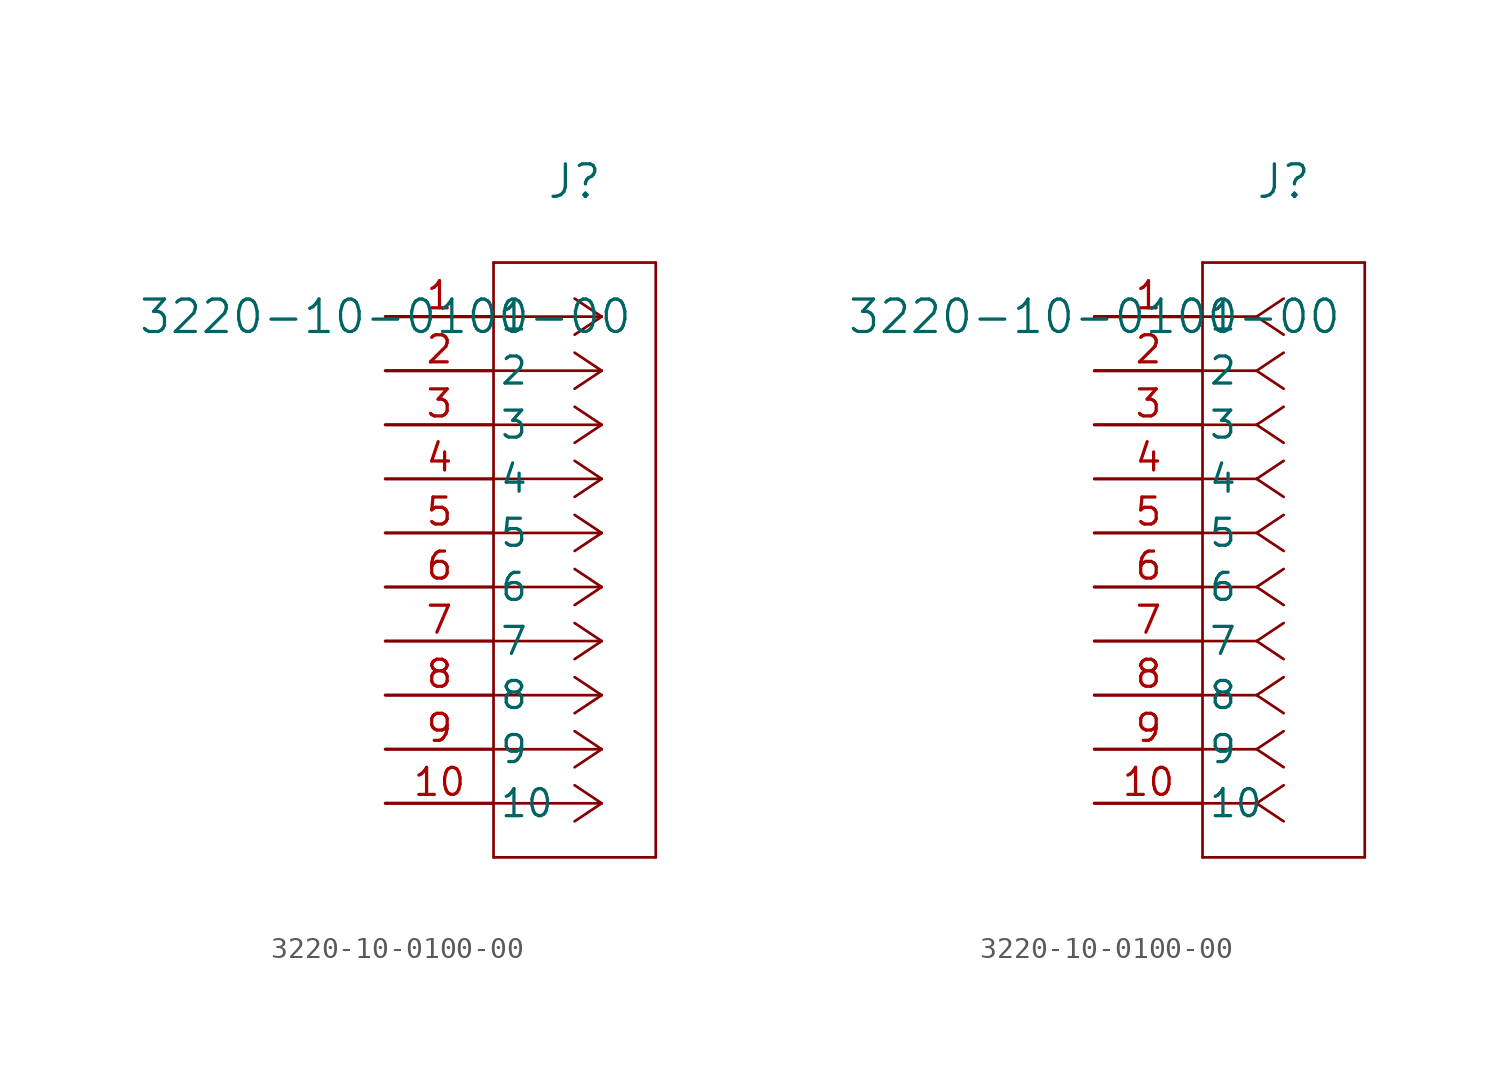
<source format=kicad_sym>
(kicad_symbol_lib
  (version 20231120)
  (generator "kicad_symbol_editor")
  (generator_version "8.0")
  (symbol "3220-10-0100-00"
    (pin_names
      (offset 0.254))
    (property "Reference" "J"
      (at 8.89 6.35 0)
      (effects (font (size 1.524 1.524))))
    (property "Value" "3220-10-0100-00"
      (at 0 0 0)
      (effects (font (size 1.524 1.524))))
    (property "ki_locked" ""
      (at 0 0 0)
      (effects (font (size 1.27 1.27))))
    (symbol "3220-10-0100-00_1_1"
      (polyline (pts (xy 5.08 -25.4) (xy 12.7 -25.4)) (stroke (width 0.127) (type default)) (fill (type none)))
      (polyline (pts (xy 5.08 2.54) (xy 5.08 -25.4)) (stroke (width 0.127) (type default)) (fill (type none)))
      (polyline (pts (xy 10.16 -22.86) (xy 5.08 -22.86)) (stroke (width 0.127) (type default)) (fill (type none)))
      (polyline (pts (xy 10.16 -22.86) (xy 8.89 -23.707)) (stroke (width 0.127) (type default)) (fill (type none)))
      (polyline (pts (xy 10.16 -22.86) (xy 8.89 -22.013)) (stroke (width 0.127) (type default)) (fill (type none)))
      (polyline (pts (xy 10.16 -20.32) (xy 5.08 -20.32)) (stroke (width 0.127) (type default)) (fill (type none)))
      (polyline (pts (xy 10.16 -20.32) (xy 8.89 -21.167)) (stroke (width 0.127) (type default)) (fill (type none)))
      (polyline (pts (xy 10.16 -20.32) (xy 8.89 -19.473)) (stroke (width 0.127) (type default)) (fill (type none)))
      (polyline (pts (xy 10.16 -17.78) (xy 5.08 -17.78)) (stroke (width 0.127) (type default)) (fill (type none)))
      (polyline (pts (xy 10.16 -17.78) (xy 8.89 -18.627)) (stroke (width 0.127) (type default)) (fill (type none)))
      (polyline (pts (xy 10.16 -17.78) (xy 8.89 -16.933)) (stroke (width 0.127) (type default)) (fill (type none)))
      (polyline (pts (xy 10.16 -15.24) (xy 5.08 -15.24)) (stroke (width 0.127) (type default)) (fill (type none)))
      (polyline (pts (xy 10.16 -15.24) (xy 8.89 -16.087)) (stroke (width 0.127) (type default)) (fill (type none)))
      (polyline (pts (xy 10.16 -15.24) (xy 8.89 -14.393)) (stroke (width 0.127) (type default)) (fill (type none)))
      (polyline (pts (xy 10.16 -12.7) (xy 5.08 -12.7)) (stroke (width 0.127) (type default)) (fill (type none)))
      (polyline (pts (xy 10.16 -12.7) (xy 8.89 -13.547)) (stroke (width 0.127) (type default)) (fill (type none)))
      (polyline (pts (xy 10.16 -12.7) (xy 8.89 -11.853)) (stroke (width 0.127) (type default)) (fill (type none)))
      (polyline (pts (xy 10.16 -10.16) (xy 5.08 -10.16)) (stroke (width 0.127) (type default)) (fill (type none)))
      (polyline (pts (xy 10.16 -10.16) (xy 8.89 -11.007)) (stroke (width 0.127) (type default)) (fill (type none)))
      (polyline (pts (xy 10.16 -10.16) (xy 8.89 -9.313)) (stroke (width 0.127) (type default)) (fill (type none)))
      (polyline (pts (xy 10.16 -7.62) (xy 5.08 -7.62)) (stroke (width 0.127) (type default)) (fill (type none)))
      (polyline (pts (xy 10.16 -7.62) (xy 8.89 -8.467)) (stroke (width 0.127) (type default)) (fill (type none)))
      (polyline (pts (xy 10.16 -7.62) (xy 8.89 -6.773)) (stroke (width 0.127) (type default)) (fill (type none)))
      (polyline (pts (xy 10.16 -5.08) (xy 5.08 -5.08)) (stroke (width 0.127) (type default)) (fill (type none)))
      (polyline (pts (xy 10.16 -5.08) (xy 8.89 -5.927)) (stroke (width 0.127) (type default)) (fill (type none)))
      (polyline (pts (xy 10.16 -5.08) (xy 8.89 -4.233)) (stroke (width 0.127) (type default)) (fill (type none)))
      (polyline (pts (xy 10.16 -2.54) (xy 5.08 -2.54)) (stroke (width 0.127) (type default)) (fill (type none)))
      (polyline (pts (xy 10.16 -2.54) (xy 8.89 -3.387)) (stroke (width 0.127) (type default)) (fill (type none)))
      (polyline (pts (xy 10.16 -2.54) (xy 8.89 -1.693)) (stroke (width 0.127) (type default)) (fill (type none)))
      (polyline (pts (xy 10.16 0) (xy 5.08 0)) (stroke (width 0.127) (type default)) (fill (type none)))
      (polyline (pts (xy 10.16 0) (xy 8.89 -0.847)) (stroke (width 0.127) (type default)) (fill (type none)))
      (polyline (pts (xy 10.16 0) (xy 8.89 0.847)) (stroke (width 0.127) (type default)) (fill (type none)))
      (polyline (pts (xy 12.7 -25.4) (xy 12.7 2.54)) (stroke (width 0.127) (type default)) (fill (type none)))
      (polyline (pts (xy 12.7 2.54) (xy 5.08 2.54)) (stroke (width 0.127) (type default)) (fill (type none)))
      (pin passive line (at 0 0 0) (length 5.08) (name "1" (effects (font (size 1.27 1.27)))) (number "1" (effects (font (size 1.27 1.27)))))
      (pin passive line (at 0 -22.86 0) (length 5.08) (name "10" (effects (font (size 1.27 1.27)))) (number "10" (effects (font (size 1.27 1.27)))))
      (pin passive line (at 0 -2.54 0) (length 5.08) (name "2" (effects (font (size 1.27 1.27)))) (number "2" (effects (font (size 1.27 1.27)))))
      (pin passive line (at 0 -5.08 0) (length 5.08) (name "3" (effects (font (size 1.27 1.27)))) (number "3" (effects (font (size 1.27 1.27)))))
      (pin passive line (at 0 -7.62 0) (length 5.08) (name "4" (effects (font (size 1.27 1.27)))) (number "4" (effects (font (size 1.27 1.27)))))
      (pin passive line (at 0 -10.16 0) (length 5.08) (name "5" (effects (font (size 1.27 1.27)))) (number "5" (effects (font (size 1.27 1.27)))))
      (pin passive line (at 0 -12.7 0) (length 5.08) (name "6" (effects (font (size 1.27 1.27)))) (number "6" (effects (font (size 1.27 1.27)))))
      (pin passive line (at 0 -15.24 0) (length 5.08) (name "7" (effects (font (size 1.27 1.27)))) (number "7" (effects (font (size 1.27 1.27)))))
      (pin passive line (at 0 -17.78 0) (length 5.08) (name "8" (effects (font (size 1.27 1.27)))) (number "8" (effects (font (size 1.27 1.27)))))
      (pin passive line (at 0 -20.32 0) (length 5.08) (name "9" (effects (font (size 1.27 1.27)))) (number "9" (effects (font (size 1.27 1.27))))))
    (symbol "3220-10-0100-00_1_2"
      (polyline (pts (xy 5.08 -25.4) (xy 12.7 -25.4)) (stroke (width 0.127) (type default)) (fill (type none)))
      (polyline (pts (xy 5.08 2.54) (xy 5.08 -25.4)) (stroke (width 0.127) (type default)) (fill (type none)))
      (polyline (pts (xy 7.62 -22.86) (xy 5.08 -22.86)) (stroke (width 0.127) (type default)) (fill (type none)))
      (polyline (pts (xy 7.62 -22.86) (xy 8.89 -23.707)) (stroke (width 0.127) (type default)) (fill (type none)))
      (polyline (pts (xy 7.62 -22.86) (xy 8.89 -22.013)) (stroke (width 0.127) (type default)) (fill (type none)))
      (polyline (pts (xy 7.62 -20.32) (xy 5.08 -20.32)) (stroke (width 0.127) (type default)) (fill (type none)))
      (polyline (pts (xy 7.62 -20.32) (xy 8.89 -21.167)) (stroke (width 0.127) (type default)) (fill (type none)))
      (polyline (pts (xy 7.62 -20.32) (xy 8.89 -19.473)) (stroke (width 0.127) (type default)) (fill (type none)))
      (polyline (pts (xy 7.62 -17.78) (xy 5.08 -17.78)) (stroke (width 0.127) (type default)) (fill (type none)))
      (polyline (pts (xy 7.62 -17.78) (xy 8.89 -18.627)) (stroke (width 0.127) (type default)) (fill (type none)))
      (polyline (pts (xy 7.62 -17.78) (xy 8.89 -16.933)) (stroke (width 0.127) (type default)) (fill (type none)))
      (polyline (pts (xy 7.62 -15.24) (xy 5.08 -15.24)) (stroke (width 0.127) (type default)) (fill (type none)))
      (polyline (pts (xy 7.62 -15.24) (xy 8.89 -16.087)) (stroke (width 0.127) (type default)) (fill (type none)))
      (polyline (pts (xy 7.62 -15.24) (xy 8.89 -14.393)) (stroke (width 0.127) (type default)) (fill (type none)))
      (polyline (pts (xy 7.62 -12.7) (xy 5.08 -12.7)) (stroke (width 0.127) (type default)) (fill (type none)))
      (polyline (pts (xy 7.62 -12.7) (xy 8.89 -13.547)) (stroke (width 0.127) (type default)) (fill (type none)))
      (polyline (pts (xy 7.62 -12.7) (xy 8.89 -11.853)) (stroke (width 0.127) (type default)) (fill (type none)))
      (polyline (pts (xy 7.62 -10.16) (xy 5.08 -10.16)) (stroke (width 0.127) (type default)) (fill (type none)))
      (polyline (pts (xy 7.62 -10.16) (xy 8.89 -11.007)) (stroke (width 0.127) (type default)) (fill (type none)))
      (polyline (pts (xy 7.62 -10.16) (xy 8.89 -9.313)) (stroke (width 0.127) (type default)) (fill (type none)))
      (polyline (pts (xy 7.62 -7.62) (xy 5.08 -7.62)) (stroke (width 0.127) (type default)) (fill (type none)))
      (polyline (pts (xy 7.62 -7.62) (xy 8.89 -8.467)) (stroke (width 0.127) (type default)) (fill (type none)))
      (polyline (pts (xy 7.62 -7.62) (xy 8.89 -6.773)) (stroke (width 0.127) (type default)) (fill (type none)))
      (polyline (pts (xy 7.62 -5.08) (xy 5.08 -5.08)) (stroke (width 0.127) (type default)) (fill (type none)))
      (polyline (pts (xy 7.62 -5.08) (xy 8.89 -5.927)) (stroke (width 0.127) (type default)) (fill (type none)))
      (polyline (pts (xy 7.62 -5.08) (xy 8.89 -4.233)) (stroke (width 0.127) (type default)) (fill (type none)))
      (polyline (pts (xy 7.62 -2.54) (xy 5.08 -2.54)) (stroke (width 0.127) (type default)) (fill (type none)))
      (polyline (pts (xy 7.62 -2.54) (xy 8.89 -3.387)) (stroke (width 0.127) (type default)) (fill (type none)))
      (polyline (pts (xy 7.62 -2.54) (xy 8.89 -1.693)) (stroke (width 0.127) (type default)) (fill (type none)))
      (polyline (pts (xy 7.62 0) (xy 5.08 0)) (stroke (width 0.127) (type default)) (fill (type none)))
      (polyline (pts (xy 7.62 0) (xy 8.89 -0.847)) (stroke (width 0.127) (type default)) (fill (type none)))
      (polyline (pts (xy 7.62 0) (xy 8.89 0.847)) (stroke (width 0.127) (type default)) (fill (type none)))
      (polyline (pts (xy 12.7 -25.4) (xy 12.7 2.54)) (stroke (width 0.127) (type default)) (fill (type none)))
      (polyline (pts (xy 12.7 2.54) (xy 5.08 2.54)) (stroke (width 0.127) (type default)) (fill (type none)))
      (pin unspecified line (at 0 0 0) (length 5.08) (name "1" (effects (font (size 1.27 1.27)))) (number "1" (effects (font (size 1.27 1.27)))))
      (pin unspecified line (at 0 -22.86 0) (length 5.08) (name "10" (effects (font (size 1.27 1.27)))) (number "10" (effects (font (size 1.27 1.27)))))
      (pin unspecified line (at 0 -2.54 0) (length 5.08) (name "2" (effects (font (size 1.27 1.27)))) (number "2" (effects (font (size 1.27 1.27)))))
      (pin unspecified line (at 0 -5.08 0) (length 5.08) (name "3" (effects (font (size 1.27 1.27)))) (number "3" (effects (font (size 1.27 1.27)))))
      (pin unspecified line (at 0 -7.62 0) (length 5.08) (name "4" (effects (font (size 1.27 1.27)))) (number "4" (effects (font (size 1.27 1.27)))))
      (pin unspecified line (at 0 -10.16 0) (length 5.08) (name "5" (effects (font (size 1.27 1.27)))) (number "5" (effects (font (size 1.27 1.27)))))
      (pin unspecified line (at 0 -12.7 0) (length 5.08) (name "6" (effects (font (size 1.27 1.27)))) (number "6" (effects (font (size 1.27 1.27)))))
      (pin unspecified line (at 0 -15.24 0) (length 5.08) (name "7" (effects (font (size 1.27 1.27)))) (number "7" (effects (font (size 1.27 1.27)))))
      (pin unspecified line (at 0 -17.78 0) (length 5.08) (name "8" (effects (font (size 1.27 1.27)))) (number "8" (effects (font (size 1.27 1.27)))))
      (pin unspecified line (at 0 -20.32 0) (length 5.08) (name "9" (effects (font (size 1.27 1.27)))) (number "9" (effects (font (size 1.27 1.27))))))))
</source>
